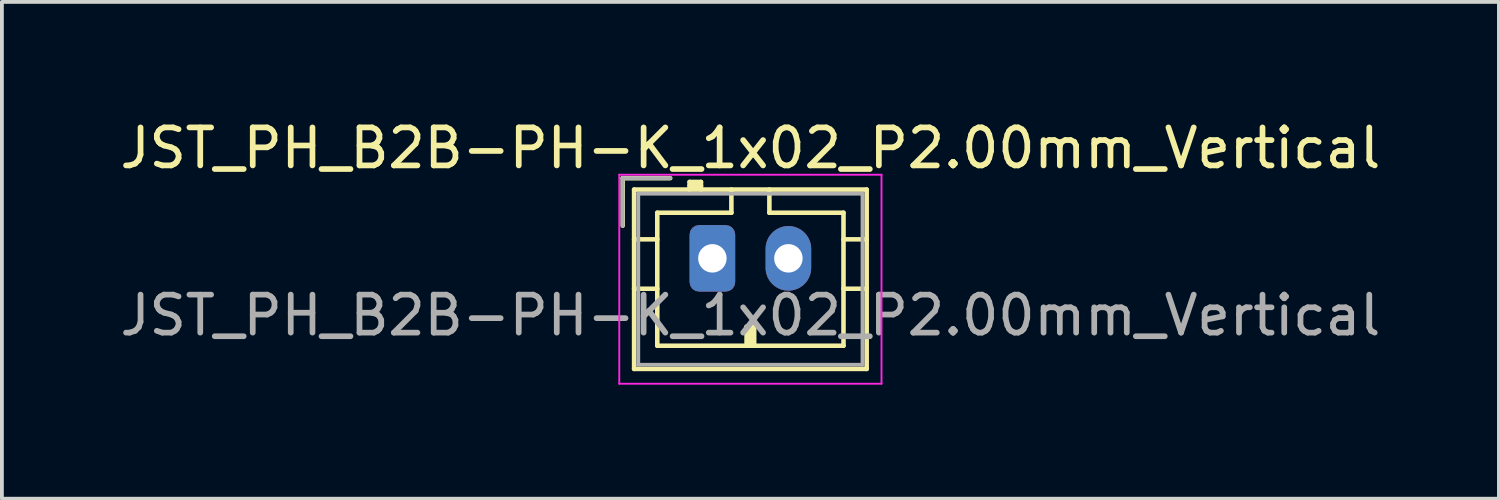
<source format=kicad_pcb>
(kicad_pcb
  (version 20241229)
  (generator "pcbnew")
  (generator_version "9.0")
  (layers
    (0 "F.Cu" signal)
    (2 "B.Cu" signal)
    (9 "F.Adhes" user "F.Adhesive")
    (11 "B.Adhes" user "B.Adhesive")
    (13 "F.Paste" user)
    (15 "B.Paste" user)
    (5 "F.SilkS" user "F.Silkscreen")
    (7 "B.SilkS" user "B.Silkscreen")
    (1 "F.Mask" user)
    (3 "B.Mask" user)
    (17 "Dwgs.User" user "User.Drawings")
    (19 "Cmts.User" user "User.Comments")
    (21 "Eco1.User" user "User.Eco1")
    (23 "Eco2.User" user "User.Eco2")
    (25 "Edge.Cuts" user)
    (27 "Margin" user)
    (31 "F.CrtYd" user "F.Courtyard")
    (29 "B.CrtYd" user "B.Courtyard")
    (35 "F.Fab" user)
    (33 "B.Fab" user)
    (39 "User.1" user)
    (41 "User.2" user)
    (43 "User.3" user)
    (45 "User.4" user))
  (footprint "JST_PH_B2B-PH-K_1x02_P2.00mm_Vertical"
    (layer "F.Cu")
    (at 15.696 3.748)
    (property "Reference" "JST_PH_B2B-PH-K_1x02_P2.00mm_Vertical" (at 1 -2.9 0) (layer "F.SilkS") (effects (font (size 1 1) (thickness 0.15))))
    (attr through_hole)
    (fp_line (start -2.36 -2.11) (end -2.36 -0.86) (stroke (width 0.12) (type solid)) (layer "F.SilkS"))
    (fp_line (start -2.06 -1.81) (end -2.06 2.91) (stroke (width 0.12) (type solid)) (layer "F.SilkS"))
    (fp_line (start -2.06 -0.5) (end -1.45 -0.5) (stroke (width 0.12) (type solid)) (layer "F.SilkS"))
    (fp_line (start -2.06 0.8) (end -1.45 0.8) (stroke (width 0.12) (type solid)) (layer "F.SilkS"))
    (fp_line (start -2.06 2.91) (end 4.06 2.91) (stroke (width 0.12) (type solid)) (layer "F.SilkS"))
    (fp_line (start -1.45 -1.2) (end -1.45 2.3) (stroke (width 0.12) (type solid)) (layer "F.SilkS"))
    (fp_line (start -1.45 2.3) (end 3.45 2.3) (stroke (width 0.12) (type solid)) (layer "F.SilkS"))
    (fp_line (start -1.11 -2.11) (end -2.36 -2.11) (stroke (width 0.12) (type solid)) (layer "F.SilkS"))
    (fp_line (start -0.6 -2.01) (end -0.6 -1.81) (stroke (width 0.12) (type solid)) (layer "F.SilkS"))
    (fp_line (start -0.3 -2.01) (end -0.6 -2.01) (stroke (width 0.12) (type solid)) (layer "F.SilkS"))
    (fp_line (start -0.3 -1.91) (end -0.6 -1.91) (stroke (width 0.12) (type solid)) (layer "F.SilkS"))
    (fp_line (start -0.3 -1.81) (end -0.3 -2.01) (stroke (width 0.12) (type solid)) (layer "F.SilkS"))
    (fp_line (start 0.5 -1.81) (end 0.5 -1.2) (stroke (width 0.12) (type solid)) (layer "F.SilkS"))
    (fp_line (start 0.5 -1.2) (end -1.45 -1.2) (stroke (width 0.12) (type solid)) (layer "F.SilkS"))
    (fp_line (start 0.9 1.8) (end 1.1 1.8) (stroke (width 0.12) (type solid)) (layer "F.SilkS"))
    (fp_line (start 0.9 2.3) (end 0.9 1.8) (stroke (width 0.12) (type solid)) (layer "F.SilkS"))
    (fp_line (start 1 2.3) (end 1 1.8) (stroke (width 0.12) (type solid)) (layer "F.SilkS"))
    (fp_line (start 1.1 1.8) (end 1.1 2.3) (stroke (width 0.12) (type solid)) (layer "F.SilkS"))
    (fp_line (start 1.5 -1.2) (end 1.5 -1.81) (stroke (width 0.12) (type solid)) (layer "F.SilkS"))
    (fp_line (start 3.45 -1.2) (end 1.5 -1.2) (stroke (width 0.12) (type solid)) (layer "F.SilkS"))
    (fp_line (start 3.45 2.3) (end 3.45 -1.2) (stroke (width 0.12) (type solid)) (layer "F.SilkS"))
    (fp_line (start 4.06 -1.81) (end -2.06 -1.81) (stroke (width 0.12) (type solid)) (layer "F.SilkS"))
    (fp_line (start 4.06 -0.5) (end 3.45 -0.5) (stroke (width 0.12) (type solid)) (layer "F.SilkS"))
    (fp_line (start 4.06 0.8) (end 3.45 0.8) (stroke (width 0.12) (type solid)) (layer "F.SilkS"))
    (fp_line (start 4.06 2.91) (end 4.06 -1.81) (stroke (width 0.12) (type solid)) (layer "F.SilkS"))
    (fp_line (start -2.45 -2.2) (end -2.45 3.3) (stroke (width 0.05) (type solid)) (layer "F.CrtYd"))
    (fp_line (start -2.45 3.3) (end 4.45 3.3) (stroke (width 0.05) (type solid)) (layer "F.CrtYd"))
    (fp_line (start 4.45 -2.2) (end -2.45 -2.2) (stroke (width 0.05) (type solid)) (layer "F.CrtYd"))
    (fp_line (start 4.45 3.3) (end 4.45 -2.2) (stroke (width 0.05) (type solid)) (layer "F.CrtYd"))
    (fp_line (start -2.36 -2.11) (end -2.36 -0.86) (stroke (width 0.1) (type solid)) (layer "F.Fab"))
    (fp_line (start -1.95 -1.7) (end -1.95 2.8) (stroke (width 0.1) (type solid)) (layer "F.Fab"))
    (fp_line (start -1.95 2.8) (end 3.95 2.8) (stroke (width 0.1) (type solid)) (layer "F.Fab"))
    (fp_line (start -1.11 -2.11) (end -2.36 -2.11) (stroke (width 0.1) (type solid)) (layer "F.Fab"))
    (fp_line (start 3.95 -1.7) (end -1.95 -1.7) (stroke (width 0.1) (type solid)) (layer "F.Fab"))
    (fp_line (start 3.95 2.8) (end 3.95 -1.7) (stroke (width 0.1) (type solid)) (layer "F.Fab"))
    (fp_text user "${REFERENCE}" (at 1 1.5 0) (layer "F.Fab") (effects (font (size 1 1) (thickness 0.15))))
    (pad "1" thru_hole roundrect (at 0 0) (size 1.2 1.75) (drill 0.75) (layers "*.Cu" "*.Mask") (roundrect_rratio 0.208))
    (pad "2" thru_hole oval (at 2 0) (size 1.2 1.7) (drill 0.75) (layers "*.Cu" "*.Mask")))
  (gr_rect
    (start -3 -3)
    (end 36.393 10.073)
    (stroke (width 0.1) (type default))
    (fill no)
    (layer "Edge.Cuts")))
</source>
